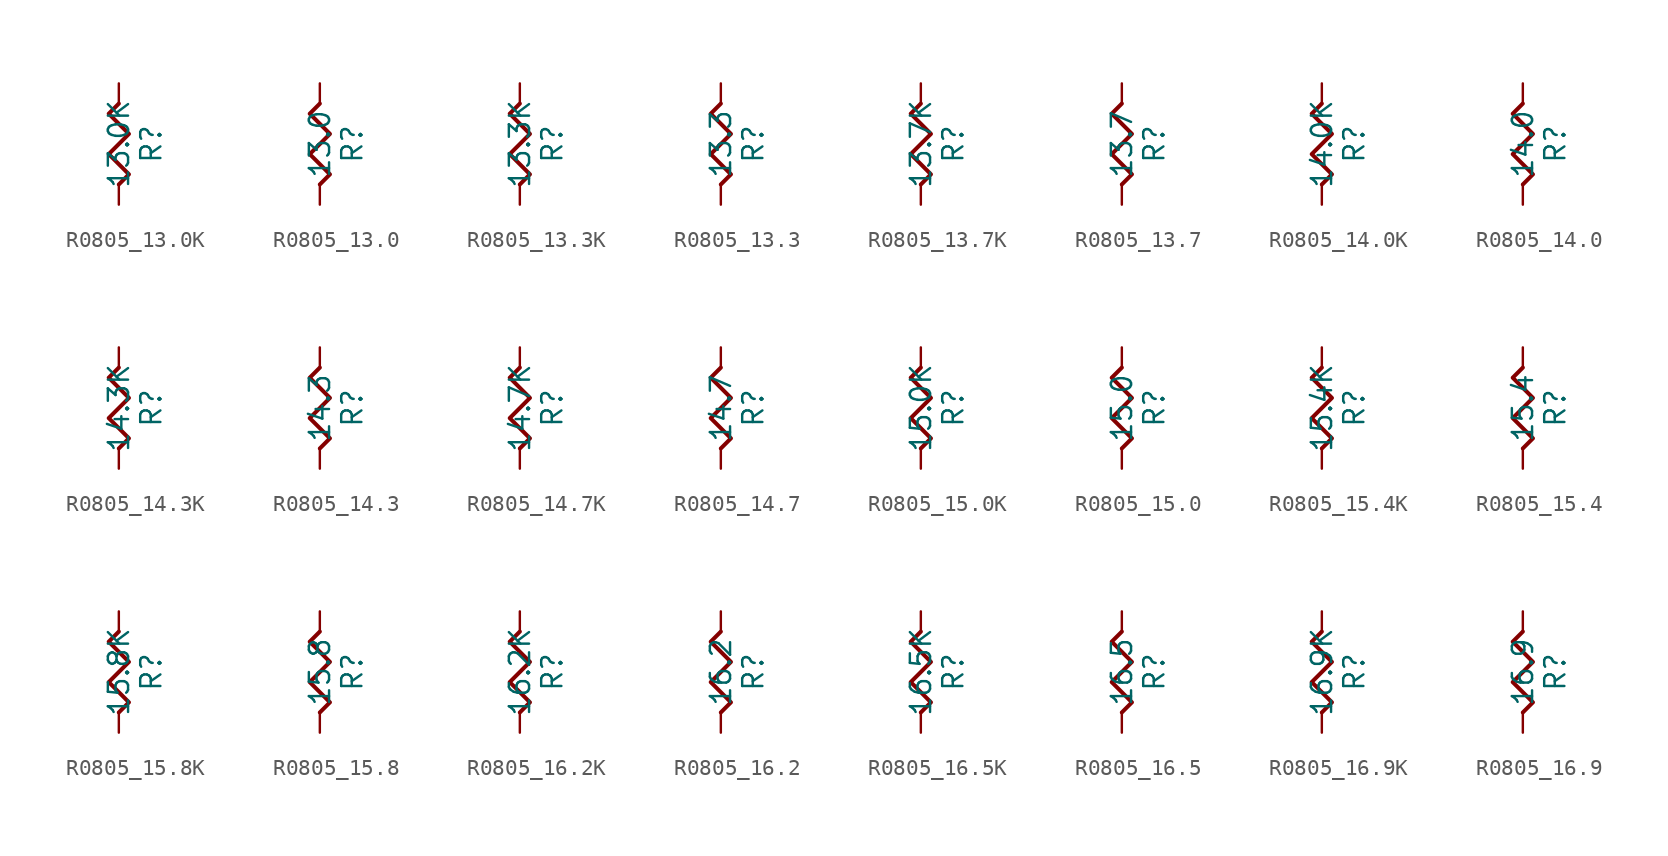
<source format=kicad_sym>
(kicad_symbol_lib
  (version 20211014)
  (generator atlantix-eda)
  (symbol "R0805_13.0K"
    (pin_numbers hide)
    (pin_names
      (offset 0))
    (property "Reference" "R"
      (at 2.032 0 90)
      (effects (font (size 1.27 1.27))))
    (property "Value" "13.0K"
      (at 0 0 90)
      (effects (font (size 1.27 1.27))))
    (symbol "R0805_13.0K_0_1"
      (polyline (pts (xy 0 -2.54) (xy 0.635 -1.905) (xy -0.635 -0.635) (xy 0.635 0.635) (xy -0.635 1.905) (xy 0 2.54)) (stroke (width 0.254) (type default) (color 0 0 0 0)) (fill (type none))))
    (symbol "R0805_13.0K_1_1"
      (pin passive line (at 0 3.81 270) (length 1.27) (name "~" (effects (font (size 1.27 1.27)))) (number "1" (effects (font (size 1.27 1.27)))))
      (pin passive line (at 0 -3.81 90) (length 1.27) (name "~" (effects (font (size 1.27 1.27)))) (number "2" (effects (font (size 1.27 1.27)))))))
  (symbol "R0805_13.0"
    (pin_numbers hide)
    (pin_names
      (offset 0))
    (property "Reference" "R"
      (at 2.032 0 90)
      (effects (font (size 1.27 1.27))))
    (property "Value" "13.0"
      (at 0 0 90)
      (effects (font (size 1.27 1.27))))
    (symbol "R0805_13.0_0_1"
      (polyline (pts (xy 0 -2.54) (xy 0.635 -1.905) (xy -0.635 -0.635) (xy 0.635 0.635) (xy -0.635 1.905) (xy 0 2.54)) (stroke (width 0.254) (type default) (color 0 0 0 0)) (fill (type none))))
    (symbol "R0805_13.0_1_1"
      (pin passive line (at 0 3.81 270) (length 1.27) (name "~" (effects (font (size 1.27 1.27)))) (number "1" (effects (font (size 1.27 1.27)))))
      (pin passive line (at 0 -3.81 90) (length 1.27) (name "~" (effects (font (size 1.27 1.27)))) (number "2" (effects (font (size 1.27 1.27)))))))
  (symbol "R0805_13.3K"
    (pin_numbers hide)
    (pin_names
      (offset 0))
    (property "Reference" "R"
      (at 2.032 0 90)
      (effects (font (size 1.27 1.27))))
    (property "Value" "13.3K"
      (at 0 0 90)
      (effects (font (size 1.27 1.27))))
    (symbol "R0805_13.3K_0_1"
      (polyline (pts (xy 0 -2.54) (xy 0.635 -1.905) (xy -0.635 -0.635) (xy 0.635 0.635) (xy -0.635 1.905) (xy 0 2.54)) (stroke (width 0.254) (type default) (color 0 0 0 0)) (fill (type none))))
    (symbol "R0805_13.3K_1_1"
      (pin passive line (at 0 3.81 270) (length 1.27) (name "~" (effects (font (size 1.27 1.27)))) (number "1" (effects (font (size 1.27 1.27)))))
      (pin passive line (at 0 -3.81 90) (length 1.27) (name "~" (effects (font (size 1.27 1.27)))) (number "2" (effects (font (size 1.27 1.27)))))))
  (symbol "R0805_13.3"
    (pin_numbers hide)
    (pin_names
      (offset 0))
    (property "Reference" "R"
      (at 2.032 0 90)
      (effects (font (size 1.27 1.27))))
    (property "Value" "13.3"
      (at 0 0 90)
      (effects (font (size 1.27 1.27))))
    (symbol "R0805_13.3_0_1"
      (polyline (pts (xy 0 -2.54) (xy 0.635 -1.905) (xy -0.635 -0.635) (xy 0.635 0.635) (xy -0.635 1.905) (xy 0 2.54)) (stroke (width 0.254) (type default) (color 0 0 0 0)) (fill (type none))))
    (symbol "R0805_13.3_1_1"
      (pin passive line (at 0 3.81 270) (length 1.27) (name "~" (effects (font (size 1.27 1.27)))) (number "1" (effects (font (size 1.27 1.27)))))
      (pin passive line (at 0 -3.81 90) (length 1.27) (name "~" (effects (font (size 1.27 1.27)))) (number "2" (effects (font (size 1.27 1.27)))))))
  (symbol "R0805_13.7K"
    (pin_numbers hide)
    (pin_names
      (offset 0))
    (property "Reference" "R"
      (at 2.032 0 90)
      (effects (font (size 1.27 1.27))))
    (property "Value" "13.7K"
      (at 0 0 90)
      (effects (font (size 1.27 1.27))))
    (symbol "R0805_13.7K_0_1"
      (polyline (pts (xy 0 -2.54) (xy 0.635 -1.905) (xy -0.635 -0.635) (xy 0.635 0.635) (xy -0.635 1.905) (xy 0 2.54)) (stroke (width 0.254) (type default) (color 0 0 0 0)) (fill (type none))))
    (symbol "R0805_13.7K_1_1"
      (pin passive line (at 0 3.81 270) (length 1.27) (name "~" (effects (font (size 1.27 1.27)))) (number "1" (effects (font (size 1.27 1.27)))))
      (pin passive line (at 0 -3.81 90) (length 1.27) (name "~" (effects (font (size 1.27 1.27)))) (number "2" (effects (font (size 1.27 1.27)))))))
  (symbol "R0805_13.7"
    (pin_numbers hide)
    (pin_names
      (offset 0))
    (property "Reference" "R"
      (at 2.032 0 90)
      (effects (font (size 1.27 1.27))))
    (property "Value" "13.7"
      (at 0 0 90)
      (effects (font (size 1.27 1.27))))
    (symbol "R0805_13.7_0_1"
      (polyline (pts (xy 0 -2.54) (xy 0.635 -1.905) (xy -0.635 -0.635) (xy 0.635 0.635) (xy -0.635 1.905) (xy 0 2.54)) (stroke (width 0.254) (type default) (color 0 0 0 0)) (fill (type none))))
    (symbol "R0805_13.7_1_1"
      (pin passive line (at 0 3.81 270) (length 1.27) (name "~" (effects (font (size 1.27 1.27)))) (number "1" (effects (font (size 1.27 1.27)))))
      (pin passive line (at 0 -3.81 90) (length 1.27) (name "~" (effects (font (size 1.27 1.27)))) (number "2" (effects (font (size 1.27 1.27)))))))
  (symbol "R0805_14.0K"
    (pin_numbers hide)
    (pin_names
      (offset 0))
    (property "Reference" "R"
      (at 2.032 0 90)
      (effects (font (size 1.27 1.27))))
    (property "Value" "14.0K"
      (at 0 0 90)
      (effects (font (size 1.27 1.27))))
    (symbol "R0805_14.0K_0_1"
      (polyline (pts (xy 0 -2.54) (xy 0.635 -1.905) (xy -0.635 -0.635) (xy 0.635 0.635) (xy -0.635 1.905) (xy 0 2.54)) (stroke (width 0.254) (type default) (color 0 0 0 0)) (fill (type none))))
    (symbol "R0805_14.0K_1_1"
      (pin passive line (at 0 3.81 270) (length 1.27) (name "~" (effects (font (size 1.27 1.27)))) (number "1" (effects (font (size 1.27 1.27)))))
      (pin passive line (at 0 -3.81 90) (length 1.27) (name "~" (effects (font (size 1.27 1.27)))) (number "2" (effects (font (size 1.27 1.27)))))))
  (symbol "R0805_14.0"
    (pin_numbers hide)
    (pin_names
      (offset 0))
    (property "Reference" "R"
      (at 2.032 0 90)
      (effects (font (size 1.27 1.27))))
    (property "Value" "14.0"
      (at 0 0 90)
      (effects (font (size 1.27 1.27))))
    (symbol "R0805_14.0_0_1"
      (polyline (pts (xy 0 -2.54) (xy 0.635 -1.905) (xy -0.635 -0.635) (xy 0.635 0.635) (xy -0.635 1.905) (xy 0 2.54)) (stroke (width 0.254) (type default) (color 0 0 0 0)) (fill (type none))))
    (symbol "R0805_14.0_1_1"
      (pin passive line (at 0 3.81 270) (length 1.27) (name "~" (effects (font (size 1.27 1.27)))) (number "1" (effects (font (size 1.27 1.27)))))
      (pin passive line (at 0 -3.81 90) (length 1.27) (name "~" (effects (font (size 1.27 1.27)))) (number "2" (effects (font (size 1.27 1.27)))))))
  (symbol "R0805_14.3K"
    (pin_numbers hide)
    (pin_names
      (offset 0))
    (property "Reference" "R"
      (at 2.032 0 90)
      (effects (font (size 1.27 1.27))))
    (property "Value" "14.3K"
      (at 0 0 90)
      (effects (font (size 1.27 1.27))))
    (symbol "R0805_14.3K_0_1"
      (polyline (pts (xy 0 -2.54) (xy 0.635 -1.905) (xy -0.635 -0.635) (xy 0.635 0.635) (xy -0.635 1.905) (xy 0 2.54)) (stroke (width 0.254) (type default) (color 0 0 0 0)) (fill (type none))))
    (symbol "R0805_14.3K_1_1"
      (pin passive line (at 0 3.81 270) (length 1.27) (name "~" (effects (font (size 1.27 1.27)))) (number "1" (effects (font (size 1.27 1.27)))))
      (pin passive line (at 0 -3.81 90) (length 1.27) (name "~" (effects (font (size 1.27 1.27)))) (number "2" (effects (font (size 1.27 1.27)))))))
  (symbol "R0805_14.3"
    (pin_numbers hide)
    (pin_names
      (offset 0))
    (property "Reference" "R"
      (at 2.032 0 90)
      (effects (font (size 1.27 1.27))))
    (property "Value" "14.3"
      (at 0 0 90)
      (effects (font (size 1.27 1.27))))
    (symbol "R0805_14.3_0_1"
      (polyline (pts (xy 0 -2.54) (xy 0.635 -1.905) (xy -0.635 -0.635) (xy 0.635 0.635) (xy -0.635 1.905) (xy 0 2.54)) (stroke (width 0.254) (type default) (color 0 0 0 0)) (fill (type none))))
    (symbol "R0805_14.3_1_1"
      (pin passive line (at 0 3.81 270) (length 1.27) (name "~" (effects (font (size 1.27 1.27)))) (number "1" (effects (font (size 1.27 1.27)))))
      (pin passive line (at 0 -3.81 90) (length 1.27) (name "~" (effects (font (size 1.27 1.27)))) (number "2" (effects (font (size 1.27 1.27)))))))
  (symbol "R0805_14.7K"
    (pin_numbers hide)
    (pin_names
      (offset 0))
    (property "Reference" "R"
      (at 2.032 0 90)
      (effects (font (size 1.27 1.27))))
    (property "Value" "14.7K"
      (at 0 0 90)
      (effects (font (size 1.27 1.27))))
    (symbol "R0805_14.7K_0_1"
      (polyline (pts (xy 0 -2.54) (xy 0.635 -1.905) (xy -0.635 -0.635) (xy 0.635 0.635) (xy -0.635 1.905) (xy 0 2.54)) (stroke (width 0.254) (type default) (color 0 0 0 0)) (fill (type none))))
    (symbol "R0805_14.7K_1_1"
      (pin passive line (at 0 3.81 270) (length 1.27) (name "~" (effects (font (size 1.27 1.27)))) (number "1" (effects (font (size 1.27 1.27)))))
      (pin passive line (at 0 -3.81 90) (length 1.27) (name "~" (effects (font (size 1.27 1.27)))) (number "2" (effects (font (size 1.27 1.27)))))))
  (symbol "R0805_14.7"
    (pin_numbers hide)
    (pin_names
      (offset 0))
    (property "Reference" "R"
      (at 2.032 0 90)
      (effects (font (size 1.27 1.27))))
    (property "Value" "14.7"
      (at 0 0 90)
      (effects (font (size 1.27 1.27))))
    (symbol "R0805_14.7_0_1"
      (polyline (pts (xy 0 -2.54) (xy 0.635 -1.905) (xy -0.635 -0.635) (xy 0.635 0.635) (xy -0.635 1.905) (xy 0 2.54)) (stroke (width 0.254) (type default) (color 0 0 0 0)) (fill (type none))))
    (symbol "R0805_14.7_1_1"
      (pin passive line (at 0 3.81 270) (length 1.27) (name "~" (effects (font (size 1.27 1.27)))) (number "1" (effects (font (size 1.27 1.27)))))
      (pin passive line (at 0 -3.81 90) (length 1.27) (name "~" (effects (font (size 1.27 1.27)))) (number "2" (effects (font (size 1.27 1.27)))))))
  (symbol "R0805_15.0K"
    (pin_numbers hide)
    (pin_names
      (offset 0))
    (property "Reference" "R"
      (at 2.032 0 90)
      (effects (font (size 1.27 1.27))))
    (property "Value" "15.0K"
      (at 0 0 90)
      (effects (font (size 1.27 1.27))))
    (symbol "R0805_15.0K_0_1"
      (polyline (pts (xy 0 -2.54) (xy 0.635 -1.905) (xy -0.635 -0.635) (xy 0.635 0.635) (xy -0.635 1.905) (xy 0 2.54)) (stroke (width 0.254) (type default) (color 0 0 0 0)) (fill (type none))))
    (symbol "R0805_15.0K_1_1"
      (pin passive line (at 0 3.81 270) (length 1.27) (name "~" (effects (font (size 1.27 1.27)))) (number "1" (effects (font (size 1.27 1.27)))))
      (pin passive line (at 0 -3.81 90) (length 1.27) (name "~" (effects (font (size 1.27 1.27)))) (number "2" (effects (font (size 1.27 1.27)))))))
  (symbol "R0805_15.0"
    (pin_numbers hide)
    (pin_names
      (offset 0))
    (property "Reference" "R"
      (at 2.032 0 90)
      (effects (font (size 1.27 1.27))))
    (property "Value" "15.0"
      (at 0 0 90)
      (effects (font (size 1.27 1.27))))
    (symbol "R0805_15.0_0_1"
      (polyline (pts (xy 0 -2.54) (xy 0.635 -1.905) (xy -0.635 -0.635) (xy 0.635 0.635) (xy -0.635 1.905) (xy 0 2.54)) (stroke (width 0.254) (type default) (color 0 0 0 0)) (fill (type none))))
    (symbol "R0805_15.0_1_1"
      (pin passive line (at 0 3.81 270) (length 1.27) (name "~" (effects (font (size 1.27 1.27)))) (number "1" (effects (font (size 1.27 1.27)))))
      (pin passive line (at 0 -3.81 90) (length 1.27) (name "~" (effects (font (size 1.27 1.27)))) (number "2" (effects (font (size 1.27 1.27)))))))
  (symbol "R0805_15.4K"
    (pin_numbers hide)
    (pin_names
      (offset 0))
    (property "Reference" "R"
      (at 2.032 0 90)
      (effects (font (size 1.27 1.27))))
    (property "Value" "15.4K"
      (at 0 0 90)
      (effects (font (size 1.27 1.27))))
    (symbol "R0805_15.4K_0_1"
      (polyline (pts (xy 0 -2.54) (xy 0.635 -1.905) (xy -0.635 -0.635) (xy 0.635 0.635) (xy -0.635 1.905) (xy 0 2.54)) (stroke (width 0.254) (type default) (color 0 0 0 0)) (fill (type none))))
    (symbol "R0805_15.4K_1_1"
      (pin passive line (at 0 3.81 270) (length 1.27) (name "~" (effects (font (size 1.27 1.27)))) (number "1" (effects (font (size 1.27 1.27)))))
      (pin passive line (at 0 -3.81 90) (length 1.27) (name "~" (effects (font (size 1.27 1.27)))) (number "2" (effects (font (size 1.27 1.27)))))))
  (symbol "R0805_15.4"
    (pin_numbers hide)
    (pin_names
      (offset 0))
    (property "Reference" "R"
      (at 2.032 0 90)
      (effects (font (size 1.27 1.27))))
    (property "Value" "15.4"
      (at 0 0 90)
      (effects (font (size 1.27 1.27))))
    (symbol "R0805_15.4_0_1"
      (polyline (pts (xy 0 -2.54) (xy 0.635 -1.905) (xy -0.635 -0.635) (xy 0.635 0.635) (xy -0.635 1.905) (xy 0 2.54)) (stroke (width 0.254) (type default) (color 0 0 0 0)) (fill (type none))))
    (symbol "R0805_15.4_1_1"
      (pin passive line (at 0 3.81 270) (length 1.27) (name "~" (effects (font (size 1.27 1.27)))) (number "1" (effects (font (size 1.27 1.27)))))
      (pin passive line (at 0 -3.81 90) (length 1.27) (name "~" (effects (font (size 1.27 1.27)))) (number "2" (effects (font (size 1.27 1.27)))))))
  (symbol "R0805_15.8K"
    (pin_numbers hide)
    (pin_names
      (offset 0))
    (property "Reference" "R"
      (at 2.032 0 90)
      (effects (font (size 1.27 1.27))))
    (property "Value" "15.8K"
      (at 0 0 90)
      (effects (font (size 1.27 1.27))))
    (symbol "R0805_15.8K_0_1"
      (polyline (pts (xy 0 -2.54) (xy 0.635 -1.905) (xy -0.635 -0.635) (xy 0.635 0.635) (xy -0.635 1.905) (xy 0 2.54)) (stroke (width 0.254) (type default) (color 0 0 0 0)) (fill (type none))))
    (symbol "R0805_15.8K_1_1"
      (pin passive line (at 0 3.81 270) (length 1.27) (name "~" (effects (font (size 1.27 1.27)))) (number "1" (effects (font (size 1.27 1.27)))))
      (pin passive line (at 0 -3.81 90) (length 1.27) (name "~" (effects (font (size 1.27 1.27)))) (number "2" (effects (font (size 1.27 1.27)))))))
  (symbol "R0805_15.8"
    (pin_numbers hide)
    (pin_names
      (offset 0))
    (property "Reference" "R"
      (at 2.032 0 90)
      (effects (font (size 1.27 1.27))))
    (property "Value" "15.8"
      (at 0 0 90)
      (effects (font (size 1.27 1.27))))
    (symbol "R0805_15.8_0_1"
      (polyline (pts (xy 0 -2.54) (xy 0.635 -1.905) (xy -0.635 -0.635) (xy 0.635 0.635) (xy -0.635 1.905) (xy 0 2.54)) (stroke (width 0.254) (type default) (color 0 0 0 0)) (fill (type none))))
    (symbol "R0805_15.8_1_1"
      (pin passive line (at 0 3.81 270) (length 1.27) (name "~" (effects (font (size 1.27 1.27)))) (number "1" (effects (font (size 1.27 1.27)))))
      (pin passive line (at 0 -3.81 90) (length 1.27) (name "~" (effects (font (size 1.27 1.27)))) (number "2" (effects (font (size 1.27 1.27)))))))
  (symbol "R0805_16.2K"
    (pin_numbers hide)
    (pin_names
      (offset 0))
    (property "Reference" "R"
      (at 2.032 0 90)
      (effects (font (size 1.27 1.27))))
    (property "Value" "16.2K"
      (at 0 0 90)
      (effects (font (size 1.27 1.27))))
    (symbol "R0805_16.2K_0_1"
      (polyline (pts (xy 0 -2.54) (xy 0.635 -1.905) (xy -0.635 -0.635) (xy 0.635 0.635) (xy -0.635 1.905) (xy 0 2.54)) (stroke (width 0.254) (type default) (color 0 0 0 0)) (fill (type none))))
    (symbol "R0805_16.2K_1_1"
      (pin passive line (at 0 3.81 270) (length 1.27) (name "~" (effects (font (size 1.27 1.27)))) (number "1" (effects (font (size 1.27 1.27)))))
      (pin passive line (at 0 -3.81 90) (length 1.27) (name "~" (effects (font (size 1.27 1.27)))) (number "2" (effects (font (size 1.27 1.27)))))))
  (symbol "R0805_16.2"
    (pin_numbers hide)
    (pin_names
      (offset 0))
    (property "Reference" "R"
      (at 2.032 0 90)
      (effects (font (size 1.27 1.27))))
    (property "Value" "16.2"
      (at 0 0 90)
      (effects (font (size 1.27 1.27))))
    (symbol "R0805_16.2_0_1"
      (polyline (pts (xy 0 -2.54) (xy 0.635 -1.905) (xy -0.635 -0.635) (xy 0.635 0.635) (xy -0.635 1.905) (xy 0 2.54)) (stroke (width 0.254) (type default) (color 0 0 0 0)) (fill (type none))))
    (symbol "R0805_16.2_1_1"
      (pin passive line (at 0 3.81 270) (length 1.27) (name "~" (effects (font (size 1.27 1.27)))) (number "1" (effects (font (size 1.27 1.27)))))
      (pin passive line (at 0 -3.81 90) (length 1.27) (name "~" (effects (font (size 1.27 1.27)))) (number "2" (effects (font (size 1.27 1.27)))))))
  (symbol "R0805_16.5K"
    (pin_numbers hide)
    (pin_names
      (offset 0))
    (property "Reference" "R"
      (at 2.032 0 90)
      (effects (font (size 1.27 1.27))))
    (property "Value" "16.5K"
      (at 0 0 90)
      (effects (font (size 1.27 1.27))))
    (symbol "R0805_16.5K_0_1"
      (polyline (pts (xy 0 -2.54) (xy 0.635 -1.905) (xy -0.635 -0.635) (xy 0.635 0.635) (xy -0.635 1.905) (xy 0 2.54)) (stroke (width 0.254) (type default) (color 0 0 0 0)) (fill (type none))))
    (symbol "R0805_16.5K_1_1"
      (pin passive line (at 0 3.81 270) (length 1.27) (name "~" (effects (font (size 1.27 1.27)))) (number "1" (effects (font (size 1.27 1.27)))))
      (pin passive line (at 0 -3.81 90) (length 1.27) (name "~" (effects (font (size 1.27 1.27)))) (number "2" (effects (font (size 1.27 1.27)))))))
  (symbol "R0805_16.5"
    (pin_numbers hide)
    (pin_names
      (offset 0))
    (property "Reference" "R"
      (at 2.032 0 90)
      (effects (font (size 1.27 1.27))))
    (property "Value" "16.5"
      (at 0 0 90)
      (effects (font (size 1.27 1.27))))
    (symbol "R0805_16.5_0_1"
      (polyline (pts (xy 0 -2.54) (xy 0.635 -1.905) (xy -0.635 -0.635) (xy 0.635 0.635) (xy -0.635 1.905) (xy 0 2.54)) (stroke (width 0.254) (type default) (color 0 0 0 0)) (fill (type none))))
    (symbol "R0805_16.5_1_1"
      (pin passive line (at 0 3.81 270) (length 1.27) (name "~" (effects (font (size 1.27 1.27)))) (number "1" (effects (font (size 1.27 1.27)))))
      (pin passive line (at 0 -3.81 90) (length 1.27) (name "~" (effects (font (size 1.27 1.27)))) (number "2" (effects (font (size 1.27 1.27)))))))
  (symbol "R0805_16.9K"
    (pin_numbers hide)
    (pin_names
      (offset 0))
    (property "Reference" "R"
      (at 2.032 0 90)
      (effects (font (size 1.27 1.27))))
    (property "Value" "16.9K"
      (at 0 0 90)
      (effects (font (size 1.27 1.27))))
    (symbol "R0805_16.9K_0_1"
      (polyline (pts (xy 0 -2.54) (xy 0.635 -1.905) (xy -0.635 -0.635) (xy 0.635 0.635) (xy -0.635 1.905) (xy 0 2.54)) (stroke (width 0.254) (type default) (color 0 0 0 0)) (fill (type none))))
    (symbol "R0805_16.9K_1_1"
      (pin passive line (at 0 3.81 270) (length 1.27) (name "~" (effects (font (size 1.27 1.27)))) (number "1" (effects (font (size 1.27 1.27)))))
      (pin passive line (at 0 -3.81 90) (length 1.27) (name "~" (effects (font (size 1.27 1.27)))) (number "2" (effects (font (size 1.27 1.27)))))))
  (symbol "R0805_16.9"
    (pin_numbers hide)
    (pin_names
      (offset 0))
    (property "Reference" "R"
      (at 2.032 0 90)
      (effects (font (size 1.27 1.27))))
    (property "Value" "16.9"
      (at 0 0 90)
      (effects (font (size 1.27 1.27))))
    (symbol "R0805_16.9_0_1"
      (polyline (pts (xy 0 -2.54) (xy 0.635 -1.905) (xy -0.635 -0.635) (xy 0.635 0.635) (xy -0.635 1.905) (xy 0 2.54)) (stroke (width 0.254) (type default) (color 0 0 0 0)) (fill (type none))))
    (symbol "R0805_16.9_1_1"
      (pin passive line (at 0 3.81 270) (length 1.27) (name "~" (effects (font (size 1.27 1.27)))) (number "1" (effects (font (size 1.27 1.27)))))
      (pin passive line (at 0 -3.81 90) (length 1.27) (name "~" (effects (font (size 1.27 1.27)))) (number "2" (effects (font (size 1.27 1.27))))))))
</source>
